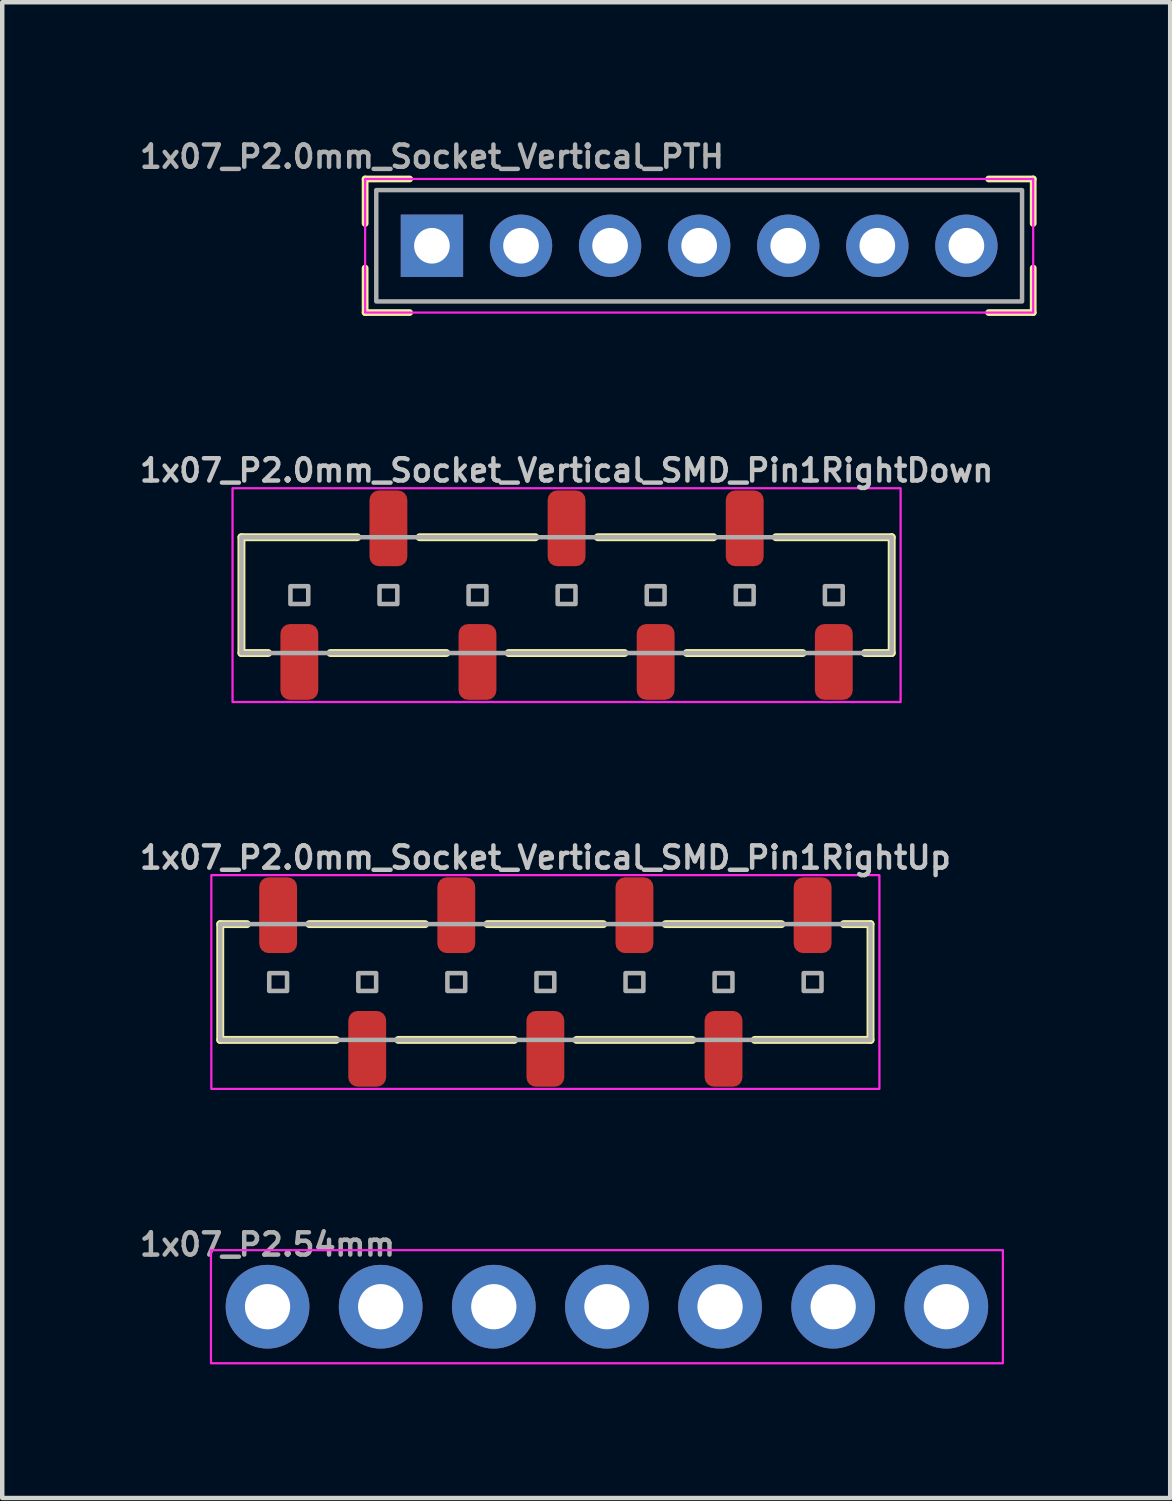
<source format=kicad_pcb>
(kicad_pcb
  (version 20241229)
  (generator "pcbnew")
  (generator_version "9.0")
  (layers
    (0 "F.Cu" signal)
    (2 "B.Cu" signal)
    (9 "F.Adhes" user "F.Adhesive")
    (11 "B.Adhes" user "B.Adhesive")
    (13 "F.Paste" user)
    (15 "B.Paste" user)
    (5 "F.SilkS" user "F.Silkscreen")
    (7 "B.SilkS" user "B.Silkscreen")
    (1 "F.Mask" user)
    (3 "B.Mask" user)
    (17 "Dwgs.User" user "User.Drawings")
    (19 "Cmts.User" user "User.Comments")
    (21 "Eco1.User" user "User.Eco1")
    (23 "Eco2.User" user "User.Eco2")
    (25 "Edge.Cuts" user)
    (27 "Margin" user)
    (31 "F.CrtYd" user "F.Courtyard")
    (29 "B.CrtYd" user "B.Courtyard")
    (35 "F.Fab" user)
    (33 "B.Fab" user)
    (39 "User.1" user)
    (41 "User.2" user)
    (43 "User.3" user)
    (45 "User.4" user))
  (footprint "1x07_P2.0mm_Socket_Vertical_SMD_Pin1RightUp"
    (layer "F.Cu")
    (at 9.195 18.999)
    (property "Reference" "1x07_P2.0mm_Socket_Vertical_SMD_Pin1RightUp" (at 0 -2.794 0) (unlocked yes) (layer "Dwgs.User") (effects (font (size 0.5 0.5) (thickness 0.1))))
    (attr smd)
    (fp_line (start -7.3 -1.3) (end -6.7 -1.3) (stroke (width 0.178) (type default)) (layer "F.SilkS"))
    (fp_line (start -7.3 1.3) (end -7.3 -1.3) (stroke (width 0.178) (type default)) (layer "F.SilkS"))
    (fp_line (start -4.7 1.3) (end -7.3 1.3) (stroke (width 0.178) (type default)) (layer "F.SilkS"))
    (fp_line (start -2.7 -1.3) (end -5.3 -1.3) (stroke (width 0.178) (type default)) (layer "F.SilkS"))
    (fp_line (start -0.7 1.3) (end -3.3 1.3) (stroke (width 0.178) (type default)) (layer "F.SilkS"))
    (fp_line (start 1.3 -1.3) (end -1.3 -1.3) (stroke (width 0.178) (type default)) (layer "F.SilkS"))
    (fp_line (start 3.3 1.3) (end 0.7 1.3) (stroke (width 0.178) (type default)) (layer "F.SilkS"))
    (fp_line (start 4.7 1.3) (end 7.3 1.3) (stroke (width 0.178) (type default)) (layer "F.SilkS"))
    (fp_line (start 5.3 -1.3) (end 2.7 -1.3) (stroke (width 0.178) (type default)) (layer "F.SilkS"))
    (fp_line (start 7.3 -1.3) (end 6.7 -1.3) (stroke (width 0.178) (type default)) (layer "F.SilkS"))
    (fp_line (start 7.3 1.3) (end 7.3 -1.3) (stroke (width 0.178) (type default)) (layer "F.SilkS"))
    (fp_rect (start -7.5 -2.4) (end 7.5 2.4) (stroke (width 0.05) (type default)) (fill no) (layer "F.CrtYd"))
    (fp_rect (start -7.3 -1.3) (end 7.3 1.3) (stroke (width 0.1) (type default)) (fill no) (layer "F.Fab"))
    (fp_rect (start -6.2 -0.2) (end -5.8 0.2) (stroke (width 0.102) (type solid)) (fill no) (layer "F.Fab"))
    (fp_rect (start -4.2 -0.2) (end -3.8 0.2) (stroke (width 0.102) (type solid)) (fill no) (layer "F.Fab"))
    (fp_rect (start -2.2 -0.2) (end -1.8 0.2) (stroke (width 0.102) (type solid)) (fill no) (layer "F.Fab"))
    (fp_rect (start -0.2 -0.2) (end 0.2 0.2) (stroke (width 0.102) (type solid)) (fill no) (layer "F.Fab"))
    (fp_rect (start 1.8 -0.2) (end 2.2 0.2) (stroke (width 0.102) (type solid)) (fill no) (layer "F.Fab"))
    (fp_rect (start 3.8 -0.2) (end 4.2 0.2) (stroke (width 0.102) (type solid)) (fill no) (layer "F.Fab"))
    (fp_rect (start 5.8 -0.2) (end 6.2 0.2) (stroke (width 0.102) (type solid)) (fill no) (layer "F.Fab"))
    (pad "1" smd roundrect (at 6 -1.5 180) (size 0.85 1.7) (layers "F.Cu" "F.Mask" "F.Paste") (roundrect_rratio 0.25))
    (pad "2" smd roundrect (at 4 1.5 180) (size 0.85 1.7) (layers "F.Cu" "F.Mask" "F.Paste") (roundrect_rratio 0.25))
    (pad "3" smd roundrect (at 2 -1.5 180) (size 0.85 1.7) (layers "F.Cu" "F.Mask" "F.Paste") (roundrect_rratio 0.25))
    (pad "4" smd roundrect (at 0 1.5 180) (size 0.85 1.7) (layers "F.Cu" "F.Mask" "F.Paste") (roundrect_rratio 0.25))
    (pad "5" smd roundrect (at -2 -1.5 180) (size 0.85 1.7) (layers "F.Cu" "F.Mask" "F.Paste") (roundrect_rratio 0.25))
    (pad "6" smd roundrect (at -4 1.5 180) (size 0.85 1.7) (layers "F.Cu" "F.Mask" "F.Paste") (roundrect_rratio 0.25))
    (pad "7" smd roundrect (at -6 -1.5 180) (size 0.85 1.7) (layers "F.Cu" "F.Mask" "F.Paste") (roundrect_rratio 0.25)))
  (footprint "1x07_P2.54mm"
    (layer "F.Cu")
    (at 2.957 26.289)
    (property "Reference" "1x07_P2.54mm" (at 0 -1.397 0) (layer "F.Fab") (effects (font (size 0.5 0.5) (thickness 0.1))))
    (fp_rect (start -1.27 -1.27) (end 16.51 1.27) (stroke (width 0.05) (type default)) (fill no) (layer "F.CrtYd"))
    (fp_poly (pts (xy -0.254 0.254) (xy 0.254 0.254) (xy 0.254 -0.254) (xy -0.254 -0.254)) (stroke (width 0.1) (type default)) (fill no) (layer "F.Fab"))
    (fp_poly (pts (xy 2.286 0.254) (xy 2.794 0.254) (xy 2.794 -0.254) (xy 2.286 -0.254)) (stroke (width 0.1) (type default)) (fill no) (layer "F.Fab"))
    (fp_poly (pts (xy 4.826 0.254) (xy 5.334 0.254) (xy 5.334 -0.254) (xy 4.826 -0.254)) (stroke (width 0.1) (type default)) (fill no) (layer "F.Fab"))
    (fp_poly (pts (xy 7.366 0.254) (xy 7.874 0.254) (xy 7.874 -0.254) (xy 7.366 -0.254)) (stroke (width 0.1) (type default)) (fill no) (layer "F.Fab"))
    (fp_poly (pts (xy 9.906 0.254) (xy 10.414 0.254) (xy 10.414 -0.254) (xy 9.906 -0.254)) (stroke (width 0.1) (type default)) (fill no) (layer "F.Fab"))
    (fp_poly (pts (xy 12.446 0.254) (xy 12.954 0.254) (xy 12.954 -0.254) (xy 12.446 -0.254)) (stroke (width 0.1) (type default)) (fill no) (layer "F.Fab"))
    (fp_poly (pts (xy 14.986 0.254) (xy 15.494 0.254) (xy 15.494 -0.254) (xy 14.986 -0.254)) (stroke (width 0.1) (type default)) (fill no) (layer "F.Fab"))
    (pad "1" thru_hole circle (at 0 0 90) (size 1.88 1.88) (drill 1.016) (layers "*.Cu" "*.Mask") (remove_unused_layers yes) (keep_end_layers yes) (zone_layer_connections))
    (pad "2" thru_hole circle (at 2.54 0 90) (size 1.88 1.88) (drill 1.016) (layers "*.Cu" "*.Mask") (remove_unused_layers yes) (keep_end_layers yes) (zone_layer_connections))
    (pad "3" thru_hole circle (at 5.08 0 90) (size 1.88 1.88) (drill 1.016) (layers "*.Cu" "*.Mask") (remove_unused_layers yes) (keep_end_layers yes) (zone_layer_connections))
    (pad "4" thru_hole circle (at 7.62 0 90) (size 1.88 1.88) (drill 1.016) (layers "*.Cu" "*.Mask") (remove_unused_layers yes) (keep_end_layers yes) (zone_layer_connections))
    (pad "5" thru_hole circle (at 10.16 0 90) (size 1.88 1.88) (drill 1.016) (layers "*.Cu" "*.Mask") (remove_unused_layers yes) (keep_end_layers yes) (zone_layer_connections))
    (pad "6" thru_hole circle (at 12.7 0 90) (size 1.88 1.88) (drill 1.016) (layers "*.Cu" "*.Mask") (remove_unused_layers yes) (keep_end_layers yes) (zone_layer_connections))
    (pad "7" thru_hole circle (at 15.24 0 90) (size 1.88 1.88) (drill 1.016) (layers "*.Cu" "*.Mask") (remove_unused_layers yes) (keep_end_layers yes) (zone_layer_connections)))
  (footprint "1x07_P2.0mm_Socket_Vertical_SMD_Pin1RightDown"
    (layer "F.Cu")
    (at 9.671 10.312)
    (property "Reference" "1x07_P2.0mm_Socket_Vertical_SMD_Pin1RightDown" (at 0 -2.8 0) (unlocked yes) (layer "Dwgs.User") (effects (font (size 0.5 0.5) (thickness 0.1))))
    (attr smd)
    (fp_line (start -7.3 -1.3) (end -7.3 1.3) (stroke (width 0.178) (type default)) (layer "F.SilkS"))
    (fp_line (start -7.3 1.3) (end -6.7 1.3) (stroke (width 0.178) (type default)) (layer "F.SilkS"))
    (fp_line (start -5.3 1.3) (end -2.7 1.3) (stroke (width 0.178) (type default)) (layer "F.SilkS"))
    (fp_line (start -4.7 -1.3) (end -7.3 -1.3) (stroke (width 0.178) (type default)) (layer "F.SilkS"))
    (fp_line (start -3.3 -1.3) (end -0.7 -1.3) (stroke (width 0.178) (type default)) (layer "F.SilkS"))
    (fp_line (start -1.3 1.3) (end 1.3 1.3) (stroke (width 0.178) (type default)) (layer "F.SilkS"))
    (fp_line (start 0.7 -1.3) (end 3.3 -1.3) (stroke (width 0.178) (type default)) (layer "F.SilkS"))
    (fp_line (start 2.7 1.3) (end 5.3 1.3) (stroke (width 0.178) (type default)) (layer "F.SilkS"))
    (fp_line (start 4.7 -1.3) (end 7.3 -1.3) (stroke (width 0.178) (type default)) (layer "F.SilkS"))
    (fp_line (start 7.3 -1.3) (end 7.3 1.3) (stroke (width 0.178) (type default)) (layer "F.SilkS"))
    (fp_line (start 7.3 1.3) (end 6.7 1.3) (stroke (width 0.178) (type default)) (layer "F.SilkS"))
    (fp_rect (start -7.5 -2.4) (end 7.5 2.4) (stroke (width 0.05) (type default)) (fill no) (layer "F.CrtYd"))
    (fp_rect (start -7.3 -1.3) (end 7.3 1.3) (stroke (width 0.1) (type default)) (fill no) (layer "F.Fab"))
    (fp_rect (start -6.2 -0.2) (end -5.8 0.2) (stroke (width 0.102) (type solid)) (fill no) (layer "F.Fab"))
    (fp_rect (start -4.2 -0.2) (end -3.8 0.2) (stroke (width 0.102) (type solid)) (fill no) (layer "F.Fab"))
    (fp_rect (start -2.2 -0.2) (end -1.8 0.2) (stroke (width 0.102) (type solid)) (fill no) (layer "F.Fab"))
    (fp_rect (start -0.2 -0.2) (end 0.2 0.2) (stroke (width 0.102) (type solid)) (fill no) (layer "F.Fab"))
    (fp_rect (start 1.8 -0.2) (end 2.2 0.2) (stroke (width 0.102) (type solid)) (fill no) (layer "F.Fab"))
    (fp_rect (start 3.8 -0.2) (end 4.2 0.2) (stroke (width 0.102) (type solid)) (fill no) (layer "F.Fab"))
    (fp_rect (start 5.8 -0.2) (end 6.2 0.2) (stroke (width 0.102) (type solid)) (fill no) (layer "F.Fab"))
    (pad "1" smd roundrect (at 6 1.5) (size 0.85 1.7) (layers "F.Cu" "F.Mask" "F.Paste") (roundrect_rratio 0.25))
    (pad "2" smd roundrect (at 4 -1.5) (size 0.85 1.7) (layers "F.Cu" "F.Mask" "F.Paste") (roundrect_rratio 0.25))
    (pad "3" smd roundrect (at 2 1.5) (size 0.85 1.7) (layers "F.Cu" "F.Mask" "F.Paste") (roundrect_rratio 0.25))
    (pad "4" smd roundrect (at 0 -1.5) (size 0.85 1.7) (layers "F.Cu" "F.Mask" "F.Paste") (roundrect_rratio 0.25))
    (pad "5" smd roundrect (at -2 1.5) (size 0.85 1.7) (layers "F.Cu" "F.Mask" "F.Paste") (roundrect_rratio 0.25))
    (pad "6" smd roundrect (at -4 -1.5) (size 0.85 1.7) (layers "F.Cu" "F.Mask" "F.Paste") (roundrect_rratio 0.25))
    (pad "7" smd roundrect (at -6 1.5) (size 0.85 1.7) (layers "F.Cu" "F.Mask" "F.Paste") (roundrect_rratio 0.25)))
  (footprint "1x07_P2.0mm_Socket_Vertical_PTH"
    (layer "F.Cu")
    (at 6.648 2.468)
    (property "Reference" "1x07_P2.0mm_Socket_Vertical_PTH" (at 0 -2 0) (unlocked yes) (layer "F.Fab") (effects (font (size 0.5 0.5) (thickness 0.1))))
    (fp_line (start -1.5 -1.5) (end -0.5 -1.5) (stroke (width 0.152) (type default)) (layer "F.SilkS"))
    (fp_line (start -1.5 -0.5) (end -1.5 -1.5) (stroke (width 0.152) (type default)) (layer "F.SilkS"))
    (fp_line (start -1.5 1.5) (end -1.5 0.5) (stroke (width 0.152) (type default)) (layer "F.SilkS"))
    (fp_line (start -0.5 1.5) (end -1.5 1.5) (stroke (width 0.152) (type default)) (layer "F.SilkS"))
    (fp_line (start 12.5 -1.5) (end 13.5 -1.5) (stroke (width 0.152) (type default)) (layer "F.SilkS"))
    (fp_line (start 13.5 -1.5) (end 13.5 -0.5) (stroke (width 0.152) (type default)) (layer "F.SilkS"))
    (fp_line (start 13.5 0.5) (end 13.5 1.5) (stroke (width 0.152) (type default)) (layer "F.SilkS"))
    (fp_line (start 13.5 1.5) (end 12.5 1.5) (stroke (width 0.152) (type default)) (layer "F.SilkS"))
    (fp_rect (start -1.5 -1.5) (end 13.5 1.5) (stroke (width 0.05) (type default)) (fill no) (layer "F.CrtYd"))
    (fp_rect (start -1.25 -1.25) (end 13.25 1.25) (stroke (width 0.1) (type default)) (fill no) (layer "F.Fab"))
    (pad "1" thru_hole rect (at 0 0) (size 1.4 1.4) (drill 0.8) (layers "*.Cu" "*.Mask"))
    (pad "2" thru_hole circle (at 2 0) (size 1.4 1.4) (drill 0.8) (layers "*.Cu" "*.Mask"))
    (pad "3" thru_hole circle (at 4 0) (size 1.4 1.4) (drill 0.8) (layers "*.Cu" "*.Mask"))
    (pad "4" thru_hole circle (at 6 0) (size 1.4 1.4) (drill 0.8) (layers "*.Cu" "*.Mask"))
    (pad "5" thru_hole circle (at 8 0) (size 1.4 1.4) (drill 0.8) (layers "*.Cu" "*.Mask"))
    (pad "6" thru_hole circle (at 10 0) (size 1.4 1.4) (drill 0.8) (layers "*.Cu" "*.Mask"))
    (pad "7" thru_hole circle (at 12 0) (size 1.4 1.4) (drill 0.8) (layers "*.Cu" "*.Mask")))
  (gr_rect
    (start -3 -3)
    (end 23.224 30.584)
    (stroke (width 0.1) (type default))
    (fill no)
    (layer "Edge.Cuts")))
</source>
